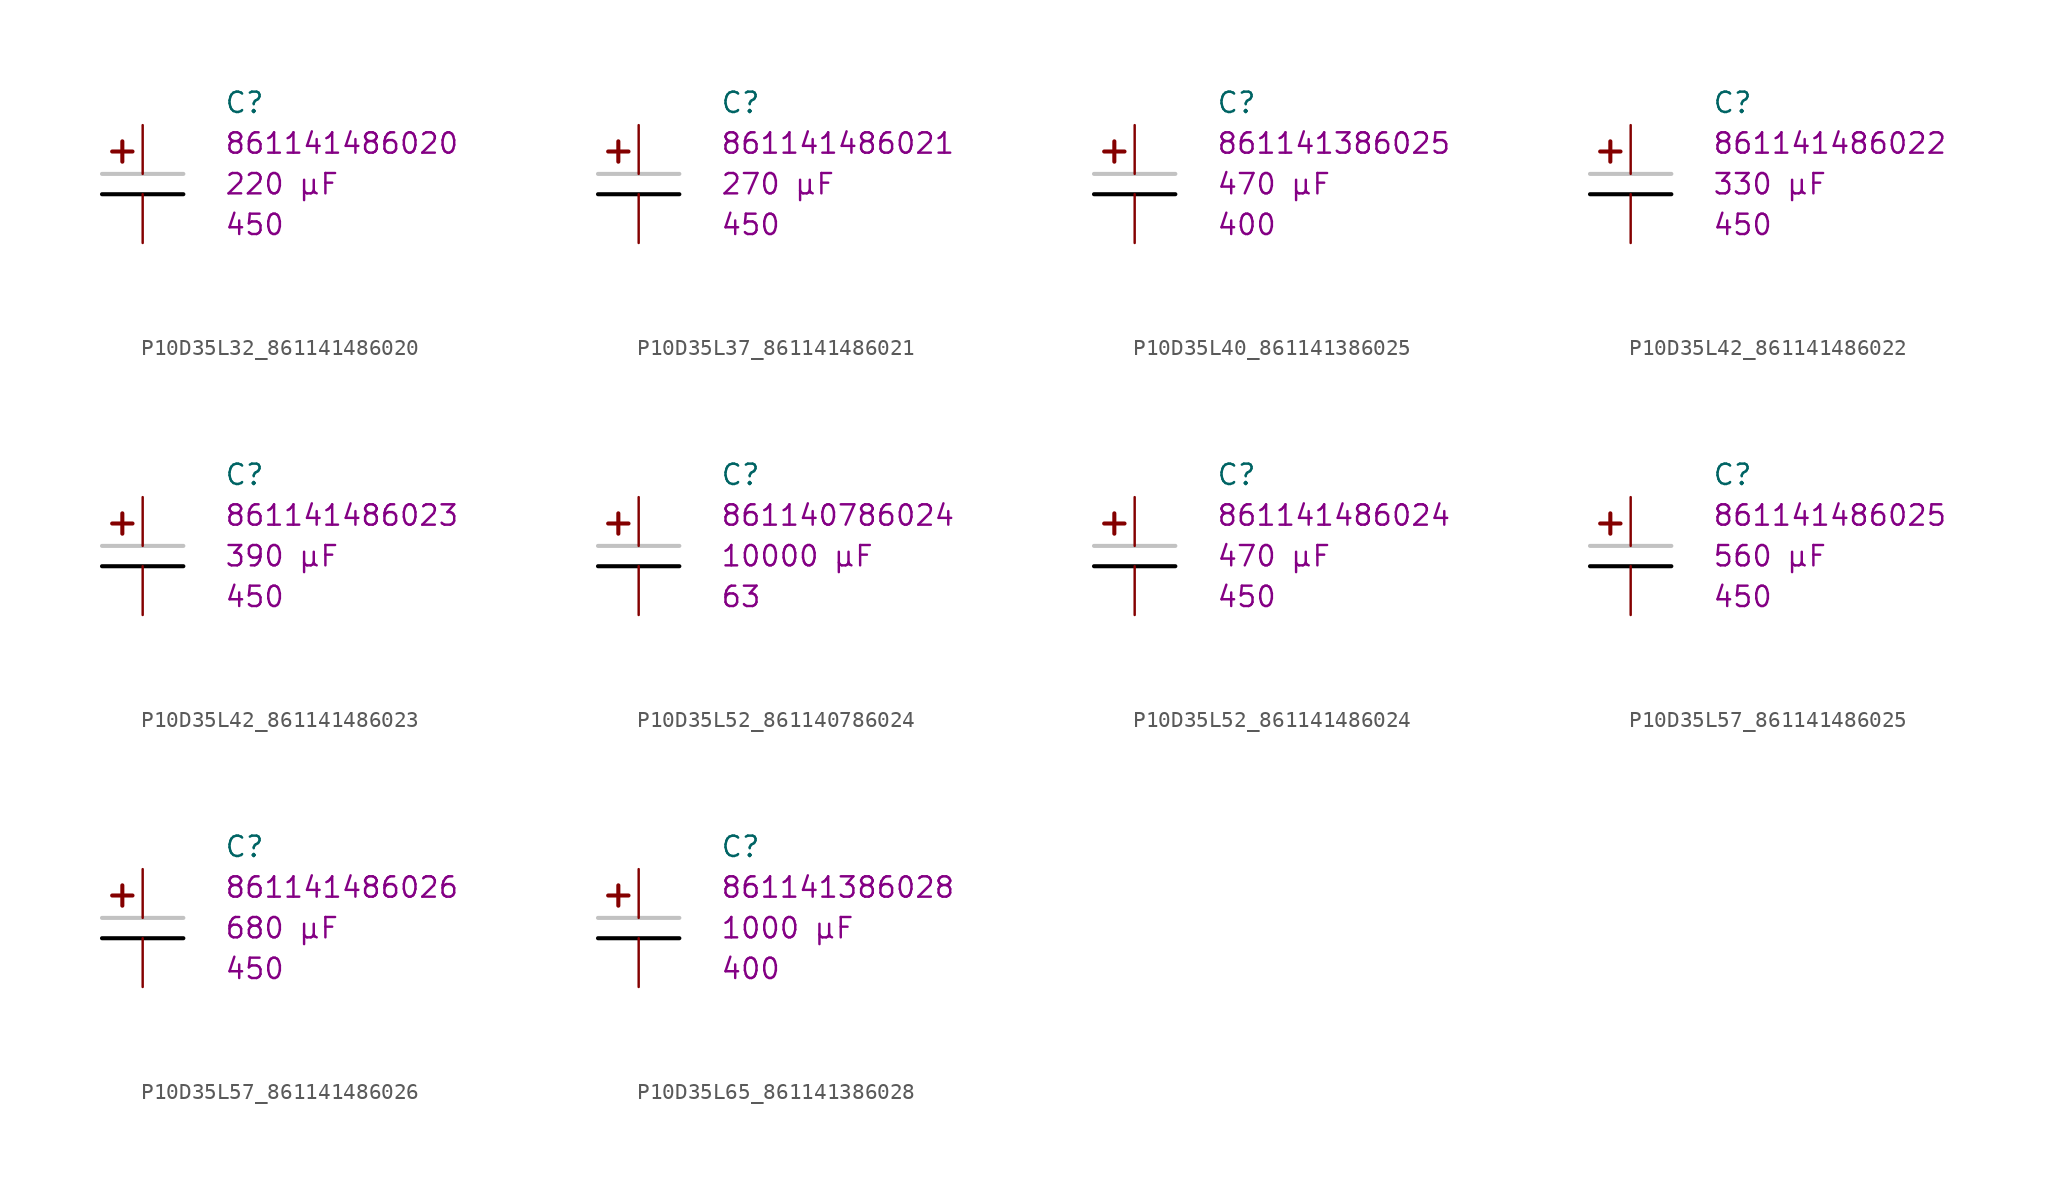
<source format=kicad_sym>
(kicad_symbol_lib
  (version 20220914)
  (generator kicad_symbol_editor)
  (symbol "P10D35L32_861141486020"
    (pin_numbers hide)
    (pin_names hide)
    (property "Reference" "C"
      (at 5.08 5.08 0)
      (effects (font (size 1.27 1.27)) (justify left)))
    (property "Part Number" "861141486020"
      (at 5.08 2.54 0)
      (effects (font (size 1.27 1.27)) (justify left)))
    (property "Capacitance" "220 µF"
      (at 5.08 0 0)
      (effects (font (size 1.27 1.27)) (justify left)))
    (property "Voltage" "450"
      (at 5.08 -2.54 0)
      (effects (font (size 1.27 1.27)) (justify left)))
    (property "Critical Parameter" ""
      (at 0 -7.62 0)
      (effects (font (size 1.27 1.27))))
    (symbol "P10D35L32_861141486020_1_1"
      (polyline (pts (xy -1.27 2.667) (xy -1.27 1.397)) (stroke (width 0.254) (type default)) (fill (type none)))
      (polyline (pts (xy -0.635 2.032) (xy -1.905 2.032)) (stroke (width 0.254) (type default)) (fill (type none)))
      (polyline (pts (xy 2.54 -0.635) (xy -2.54 -0.635)) (stroke (width 0.254) (type default) (color 0 0 0 1)) (fill (type none)))
      (polyline (pts (xy 2.54 0.635) (xy -2.54 0.635)) (stroke (width 0.254) (type default) (color 194 194 194 1)) (fill (type none)))
      (pin passive line (at 0 3.679 270) (length 3.044) (name "1" (effects (font (size 1.27 1.27)))) (number "1" (effects (font (size 1.27 1.27)))))
      (pin passive line (at 0 -3.679 90) (length 3.044) (name "2" (effects (font (size 1.27 1.27)))) (number "2" (effects (font (size 1.27 1.27)))))))
  (symbol "P10D35L37_861141486021"
    (pin_numbers hide)
    (pin_names hide)
    (property "Reference" "C"
      (at 5.08 5.08 0)
      (effects (font (size 1.27 1.27)) (justify left)))
    (property "Part Number" "861141486021"
      (at 5.08 2.54 0)
      (effects (font (size 1.27 1.27)) (justify left)))
    (property "Capacitance" "270 µF"
      (at 5.08 0 0)
      (effects (font (size 1.27 1.27)) (justify left)))
    (property "Voltage" "450"
      (at 5.08 -2.54 0)
      (effects (font (size 1.27 1.27)) (justify left)))
    (property "Critical Parameter" ""
      (at 0 -7.62 0)
      (effects (font (size 1.27 1.27))))
    (symbol "P10D35L37_861141486021_1_1"
      (polyline (pts (xy -1.27 2.667) (xy -1.27 1.397)) (stroke (width 0.254) (type default)) (fill (type none)))
      (polyline (pts (xy -0.635 2.032) (xy -1.905 2.032)) (stroke (width 0.254) (type default)) (fill (type none)))
      (polyline (pts (xy 2.54 -0.635) (xy -2.54 -0.635)) (stroke (width 0.254) (type default) (color 0 0 0 1)) (fill (type none)))
      (polyline (pts (xy 2.54 0.635) (xy -2.54 0.635)) (stroke (width 0.254) (type default) (color 194 194 194 1)) (fill (type none)))
      (pin passive line (at 0 3.679 270) (length 3.044) (name "1" (effects (font (size 1.27 1.27)))) (number "1" (effects (font (size 1.27 1.27)))))
      (pin passive line (at 0 -3.679 90) (length 3.044) (name "2" (effects (font (size 1.27 1.27)))) (number "2" (effects (font (size 1.27 1.27)))))))
  (symbol "P10D35L40_861141386025"
    (pin_numbers hide)
    (pin_names hide)
    (property "Reference" "C"
      (at 5.08 5.08 0)
      (effects (font (size 1.27 1.27)) (justify left)))
    (property "Part Number" "861141386025"
      (at 5.08 2.54 0)
      (effects (font (size 1.27 1.27)) (justify left)))
    (property "Capacitance" "470 µF"
      (at 5.08 0 0)
      (effects (font (size 1.27 1.27)) (justify left)))
    (property "Voltage" "400"
      (at 5.08 -2.54 0)
      (effects (font (size 1.27 1.27)) (justify left)))
    (property "Critical Parameter" ""
      (at 0 -7.62 0)
      (effects (font (size 1.27 1.27))))
    (symbol "P10D35L40_861141386025_1_1"
      (polyline (pts (xy -1.27 2.667) (xy -1.27 1.397)) (stroke (width 0.254) (type default)) (fill (type none)))
      (polyline (pts (xy -0.635 2.032) (xy -1.905 2.032)) (stroke (width 0.254) (type default)) (fill (type none)))
      (polyline (pts (xy 2.54 -0.635) (xy -2.54 -0.635)) (stroke (width 0.254) (type default) (color 0 0 0 1)) (fill (type none)))
      (polyline (pts (xy 2.54 0.635) (xy -2.54 0.635)) (stroke (width 0.254) (type default) (color 194 194 194 1)) (fill (type none)))
      (pin passive line (at 0 3.679 270) (length 3.044) (name "1" (effects (font (size 1.27 1.27)))) (number "1" (effects (font (size 1.27 1.27)))))
      (pin passive line (at 0 -3.679 90) (length 3.044) (name "2" (effects (font (size 1.27 1.27)))) (number "2" (effects (font (size 1.27 1.27)))))))
  (symbol "P10D35L42_861141486022"
    (pin_numbers hide)
    (pin_names hide)
    (property "Reference" "C"
      (at 5.08 5.08 0)
      (effects (font (size 1.27 1.27)) (justify left)))
    (property "Part Number" "861141486022"
      (at 5.08 2.54 0)
      (effects (font (size 1.27 1.27)) (justify left)))
    (property "Capacitance" "330 µF"
      (at 5.08 0 0)
      (effects (font (size 1.27 1.27)) (justify left)))
    (property "Voltage" "450"
      (at 5.08 -2.54 0)
      (effects (font (size 1.27 1.27)) (justify left)))
    (property "Critical Parameter" ""
      (at 0 -7.62 0)
      (effects (font (size 1.27 1.27))))
    (symbol "P10D35L42_861141486022_1_1"
      (polyline (pts (xy -1.27 2.667) (xy -1.27 1.397)) (stroke (width 0.254) (type default)) (fill (type none)))
      (polyline (pts (xy -0.635 2.032) (xy -1.905 2.032)) (stroke (width 0.254) (type default)) (fill (type none)))
      (polyline (pts (xy 2.54 -0.635) (xy -2.54 -0.635)) (stroke (width 0.254) (type default) (color 0 0 0 1)) (fill (type none)))
      (polyline (pts (xy 2.54 0.635) (xy -2.54 0.635)) (stroke (width 0.254) (type default) (color 194 194 194 1)) (fill (type none)))
      (pin passive line (at 0 3.679 270) (length 3.044) (name "1" (effects (font (size 1.27 1.27)))) (number "1" (effects (font (size 1.27 1.27)))))
      (pin passive line (at 0 -3.679 90) (length 3.044) (name "2" (effects (font (size 1.27 1.27)))) (number "2" (effects (font (size 1.27 1.27)))))))
  (symbol "P10D35L42_861141486023"
    (pin_numbers hide)
    (pin_names hide)
    (property "Reference" "C"
      (at 5.08 5.08 0)
      (effects (font (size 1.27 1.27)) (justify left)))
    (property "Part Number" "861141486023"
      (at 5.08 2.54 0)
      (effects (font (size 1.27 1.27)) (justify left)))
    (property "Capacitance" "390 µF"
      (at 5.08 0 0)
      (effects (font (size 1.27 1.27)) (justify left)))
    (property "Voltage" "450"
      (at 5.08 -2.54 0)
      (effects (font (size 1.27 1.27)) (justify left)))
    (property "Critical Parameter" ""
      (at 0 -7.62 0)
      (effects (font (size 1.27 1.27))))
    (symbol "P10D35L42_861141486023_1_1"
      (polyline (pts (xy -1.27 2.667) (xy -1.27 1.397)) (stroke (width 0.254) (type default)) (fill (type none)))
      (polyline (pts (xy -0.635 2.032) (xy -1.905 2.032)) (stroke (width 0.254) (type default)) (fill (type none)))
      (polyline (pts (xy 2.54 -0.635) (xy -2.54 -0.635)) (stroke (width 0.254) (type default) (color 0 0 0 1)) (fill (type none)))
      (polyline (pts (xy 2.54 0.635) (xy -2.54 0.635)) (stroke (width 0.254) (type default) (color 194 194 194 1)) (fill (type none)))
      (pin passive line (at 0 3.679 270) (length 3.044) (name "1" (effects (font (size 1.27 1.27)))) (number "1" (effects (font (size 1.27 1.27)))))
      (pin passive line (at 0 -3.679 90) (length 3.044) (name "2" (effects (font (size 1.27 1.27)))) (number "2" (effects (font (size 1.27 1.27)))))))
  (symbol "P10D35L52_861140786024"
    (pin_numbers hide)
    (pin_names hide)
    (property "Reference" "C"
      (at 5.08 5.08 0)
      (effects (font (size 1.27 1.27)) (justify left)))
    (property "Part Number" "861140786024"
      (at 5.08 2.54 0)
      (effects (font (size 1.27 1.27)) (justify left)))
    (property "Capacitance" "10000 µF"
      (at 5.08 0 0)
      (effects (font (size 1.27 1.27)) (justify left)))
    (property "Voltage" "63"
      (at 5.08 -2.54 0)
      (effects (font (size 1.27 1.27)) (justify left)))
    (property "Critical Parameter" ""
      (at 0 -7.62 0)
      (effects (font (size 1.27 1.27))))
    (symbol "P10D35L52_861140786024_1_1"
      (polyline (pts (xy -1.27 2.667) (xy -1.27 1.397)) (stroke (width 0.254) (type default)) (fill (type none)))
      (polyline (pts (xy -0.635 2.032) (xy -1.905 2.032)) (stroke (width 0.254) (type default)) (fill (type none)))
      (polyline (pts (xy 2.54 -0.635) (xy -2.54 -0.635)) (stroke (width 0.254) (type default) (color 0 0 0 1)) (fill (type none)))
      (polyline (pts (xy 2.54 0.635) (xy -2.54 0.635)) (stroke (width 0.254) (type default) (color 194 194 194 1)) (fill (type none)))
      (pin passive line (at 0 3.679 270) (length 3.044) (name "1" (effects (font (size 1.27 1.27)))) (number "1" (effects (font (size 1.27 1.27)))))
      (pin passive line (at 0 -3.679 90) (length 3.044) (name "2" (effects (font (size 1.27 1.27)))) (number "2" (effects (font (size 1.27 1.27)))))))
  (symbol "P10D35L52_861141486024"
    (pin_numbers hide)
    (pin_names hide)
    (property "Reference" "C"
      (at 5.08 5.08 0)
      (effects (font (size 1.27 1.27)) (justify left)))
    (property "Part Number" "861141486024"
      (at 5.08 2.54 0)
      (effects (font (size 1.27 1.27)) (justify left)))
    (property "Capacitance" "470 µF"
      (at 5.08 0 0)
      (effects (font (size 1.27 1.27)) (justify left)))
    (property "Voltage" "450"
      (at 5.08 -2.54 0)
      (effects (font (size 1.27 1.27)) (justify left)))
    (property "Critical Parameter" ""
      (at 0 -7.62 0)
      (effects (font (size 1.27 1.27))))
    (symbol "P10D35L52_861141486024_1_1"
      (polyline (pts (xy -1.27 2.667) (xy -1.27 1.397)) (stroke (width 0.254) (type default)) (fill (type none)))
      (polyline (pts (xy -0.635 2.032) (xy -1.905 2.032)) (stroke (width 0.254) (type default)) (fill (type none)))
      (polyline (pts (xy 2.54 -0.635) (xy -2.54 -0.635)) (stroke (width 0.254) (type default) (color 0 0 0 1)) (fill (type none)))
      (polyline (pts (xy 2.54 0.635) (xy -2.54 0.635)) (stroke (width 0.254) (type default) (color 194 194 194 1)) (fill (type none)))
      (pin passive line (at 0 3.679 270) (length 3.044) (name "1" (effects (font (size 1.27 1.27)))) (number "1" (effects (font (size 1.27 1.27)))))
      (pin passive line (at 0 -3.679 90) (length 3.044) (name "2" (effects (font (size 1.27 1.27)))) (number "2" (effects (font (size 1.27 1.27)))))))
  (symbol "P10D35L57_861141486025"
    (pin_numbers hide)
    (pin_names hide)
    (property "Reference" "C"
      (at 5.08 5.08 0)
      (effects (font (size 1.27 1.27)) (justify left)))
    (property "Part Number" "861141486025"
      (at 5.08 2.54 0)
      (effects (font (size 1.27 1.27)) (justify left)))
    (property "Capacitance" "560 µF"
      (at 5.08 0 0)
      (effects (font (size 1.27 1.27)) (justify left)))
    (property "Voltage" "450"
      (at 5.08 -2.54 0)
      (effects (font (size 1.27 1.27)) (justify left)))
    (property "Critical Parameter" ""
      (at 0 -7.62 0)
      (effects (font (size 1.27 1.27))))
    (symbol "P10D35L57_861141486025_1_1"
      (polyline (pts (xy -1.27 2.667) (xy -1.27 1.397)) (stroke (width 0.254) (type default)) (fill (type none)))
      (polyline (pts (xy -0.635 2.032) (xy -1.905 2.032)) (stroke (width 0.254) (type default)) (fill (type none)))
      (polyline (pts (xy 2.54 -0.635) (xy -2.54 -0.635)) (stroke (width 0.254) (type default) (color 0 0 0 1)) (fill (type none)))
      (polyline (pts (xy 2.54 0.635) (xy -2.54 0.635)) (stroke (width 0.254) (type default) (color 194 194 194 1)) (fill (type none)))
      (pin passive line (at 0 3.679 270) (length 3.044) (name "1" (effects (font (size 1.27 1.27)))) (number "1" (effects (font (size 1.27 1.27)))))
      (pin passive line (at 0 -3.679 90) (length 3.044) (name "2" (effects (font (size 1.27 1.27)))) (number "2" (effects (font (size 1.27 1.27)))))))
  (symbol "P10D35L57_861141486026"
    (pin_numbers hide)
    (pin_names hide)
    (property "Reference" "C"
      (at 5.08 5.08 0)
      (effects (font (size 1.27 1.27)) (justify left)))
    (property "Part Number" "861141486026"
      (at 5.08 2.54 0)
      (effects (font (size 1.27 1.27)) (justify left)))
    (property "Capacitance" "680 µF"
      (at 5.08 0 0)
      (effects (font (size 1.27 1.27)) (justify left)))
    (property "Voltage" "450"
      (at 5.08 -2.54 0)
      (effects (font (size 1.27 1.27)) (justify left)))
    (property "Critical Parameter" ""
      (at 0 -7.62 0)
      (effects (font (size 1.27 1.27))))
    (symbol "P10D35L57_861141486026_1_1"
      (polyline (pts (xy -1.27 2.667) (xy -1.27 1.397)) (stroke (width 0.254) (type default)) (fill (type none)))
      (polyline (pts (xy -0.635 2.032) (xy -1.905 2.032)) (stroke (width 0.254) (type default)) (fill (type none)))
      (polyline (pts (xy 2.54 -0.635) (xy -2.54 -0.635)) (stroke (width 0.254) (type default) (color 0 0 0 1)) (fill (type none)))
      (polyline (pts (xy 2.54 0.635) (xy -2.54 0.635)) (stroke (width 0.254) (type default) (color 194 194 194 1)) (fill (type none)))
      (pin passive line (at 0 3.679 270) (length 3.044) (name "1" (effects (font (size 1.27 1.27)))) (number "1" (effects (font (size 1.27 1.27)))))
      (pin passive line (at 0 -3.679 90) (length 3.044) (name "2" (effects (font (size 1.27 1.27)))) (number "2" (effects (font (size 1.27 1.27)))))))
  (symbol "P10D35L65_861141386028"
    (pin_numbers hide)
    (pin_names hide)
    (property "Reference" "C"
      (at 5.08 5.08 0)
      (effects (font (size 1.27 1.27)) (justify left)))
    (property "Part Number" "861141386028"
      (at 5.08 2.54 0)
      (effects (font (size 1.27 1.27)) (justify left)))
    (property "Capacitance" "1000 µF"
      (at 5.08 0 0)
      (effects (font (size 1.27 1.27)) (justify left)))
    (property "Voltage" "400"
      (at 5.08 -2.54 0)
      (effects (font (size 1.27 1.27)) (justify left)))
    (property "Critical Parameter" ""
      (at 0 -7.62 0)
      (effects (font (size 1.27 1.27))))
    (symbol "P10D35L65_861141386028_1_1"
      (polyline (pts (xy -1.27 2.667) (xy -1.27 1.397)) (stroke (width 0.254) (type default)) (fill (type none)))
      (polyline (pts (xy -0.635 2.032) (xy -1.905 2.032)) (stroke (width 0.254) (type default)) (fill (type none)))
      (polyline (pts (xy 2.54 -0.635) (xy -2.54 -0.635)) (stroke (width 0.254) (type default) (color 0 0 0 1)) (fill (type none)))
      (polyline (pts (xy 2.54 0.635) (xy -2.54 0.635)) (stroke (width 0.254) (type default) (color 194 194 194 1)) (fill (type none)))
      (pin passive line (at 0 3.679 270) (length 3.044) (name "1" (effects (font (size 1.27 1.27)))) (number "1" (effects (font (size 1.27 1.27)))))
      (pin passive line (at 0 -3.679 90) (length 3.044) (name "2" (effects (font (size 1.27 1.27)))) (number "2" (effects (font (size 1.27 1.27))))))))
</source>
